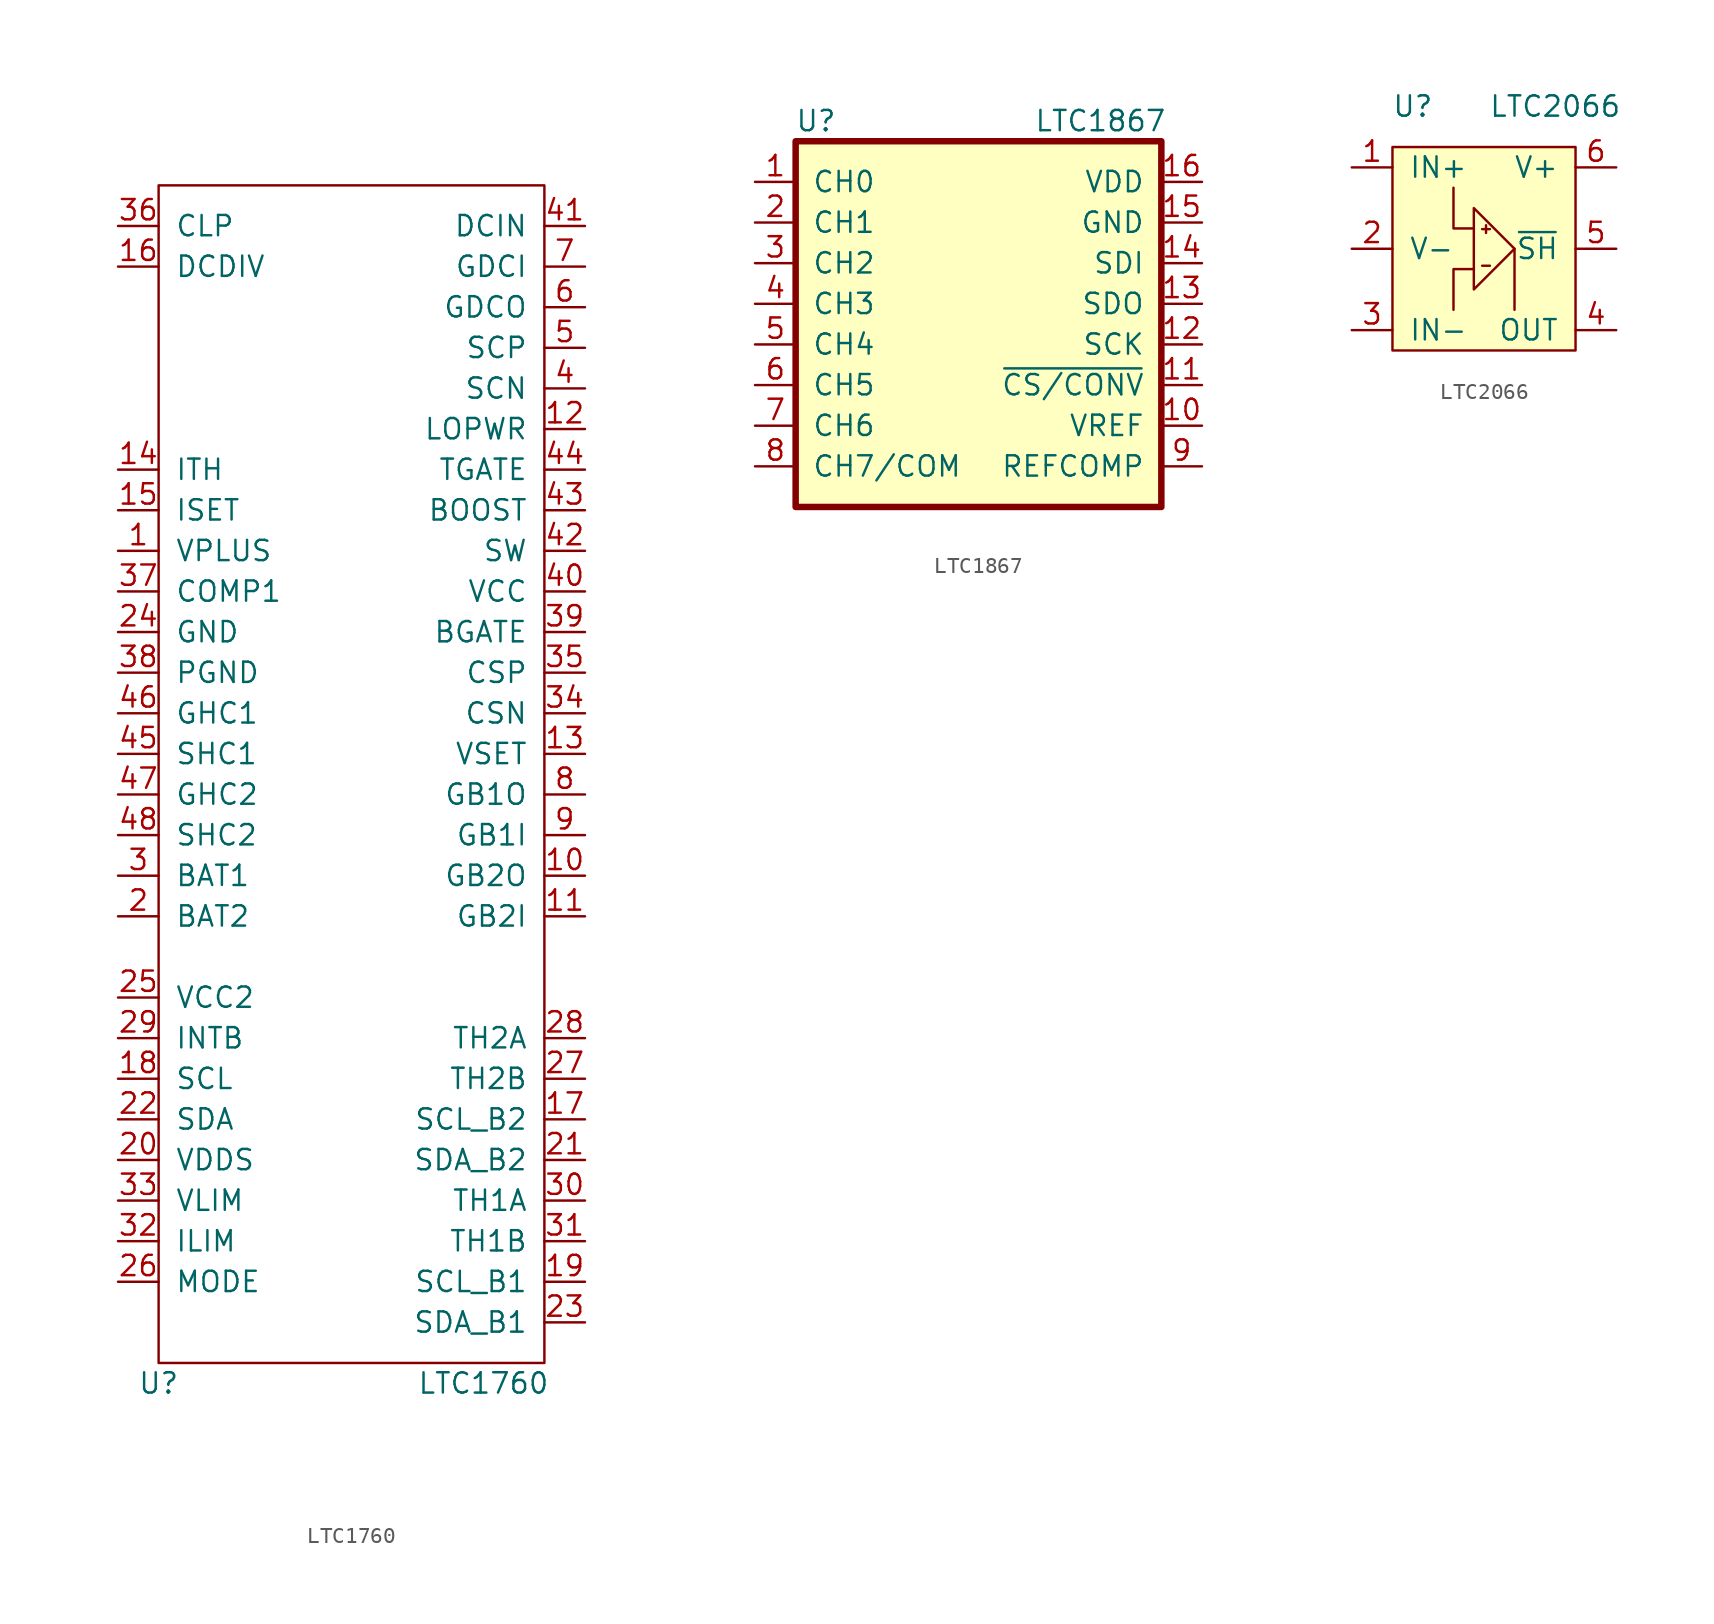
<source format=kicad_sym>
(kicad_symbol_lib
  (version 20211014)
  (generator kicad_symbol_editor)
  (symbol "LTC1760"
    (pin_names
      (offset 1.016))
    (property "Reference" "U"
      (at -12.7 -39.37 0)
      (effects (font (size 1.27 1.27))))
    (property "Value" "LTC1760"
      (at 7.62 -39.37 0)
      (effects (font (size 1.27 1.27))))
    (symbol "LTC1760_0_1"
      (rectangle (start -12.7 35.56) (end 11.43 -38.1) (stroke (width 0) (type default) (color 0 0 0 0)) (fill (type none))))
    (symbol "LTC1760_1_1"
      (pin passive line (at -15.24 12.7 0) (length 2.54) (name "VPLUS" (effects (font (size 1.27 1.27)))) (number "1" (effects (font (size 1.27 1.27)))))
      (pin passive line (at 13.97 -7.62 180) (length 2.54) (name "GB2O" (effects (font (size 1.27 1.27)))) (number "10" (effects (font (size 1.27 1.27)))))
      (pin passive line (at 13.97 -10.16 180) (length 2.54) (name "GB2I" (effects (font (size 1.27 1.27)))) (number "11" (effects (font (size 1.27 1.27)))))
      (pin passive line (at 13.97 20.32 180) (length 2.54) (name "LOPWR" (effects (font (size 1.27 1.27)))) (number "12" (effects (font (size 1.27 1.27)))))
      (pin passive line (at 13.97 0 180) (length 2.54) (name "VSET" (effects (font (size 1.27 1.27)))) (number "13" (effects (font (size 1.27 1.27)))))
      (pin passive line (at -15.24 17.78 0) (length 2.54) (name "ITH" (effects (font (size 1.27 1.27)))) (number "14" (effects (font (size 1.27 1.27)))))
      (pin passive line (at -15.24 15.24 0) (length 2.54) (name "ISET" (effects (font (size 1.27 1.27)))) (number "15" (effects (font (size 1.27 1.27)))))
      (pin passive line (at -15.24 30.48 0) (length 2.54) (name "DCDIV" (effects (font (size 1.27 1.27)))) (number "16" (effects (font (size 1.27 1.27)))))
      (pin passive line (at 13.97 -22.86 180) (length 2.54) (name "SCL_B2" (effects (font (size 1.27 1.27)))) (number "17" (effects (font (size 1.27 1.27)))))
      (pin passive line (at -15.24 -20.32 0) (length 2.54) (name "SCL" (effects (font (size 1.27 1.27)))) (number "18" (effects (font (size 1.27 1.27)))))
      (pin passive line (at 13.97 -33.02 180) (length 2.54) (name "SCL_B1" (effects (font (size 1.27 1.27)))) (number "19" (effects (font (size 1.27 1.27)))))
      (pin passive line (at -15.24 -10.16 0) (length 2.54) (name "BAT2" (effects (font (size 1.27 1.27)))) (number "2" (effects (font (size 1.27 1.27)))))
      (pin passive line (at -15.24 -25.4 0) (length 2.54) (name "VDDS" (effects (font (size 1.27 1.27)))) (number "20" (effects (font (size 1.27 1.27)))))
      (pin passive line (at 13.97 -25.4 180) (length 2.54) (name "SDA_B2" (effects (font (size 1.27 1.27)))) (number "21" (effects (font (size 1.27 1.27)))))
      (pin passive line (at -15.24 -22.86 0) (length 2.54) (name "SDA" (effects (font (size 1.27 1.27)))) (number "22" (effects (font (size 1.27 1.27)))))
      (pin passive line (at 13.97 -35.56 180) (length 2.54) (name "SDA_B1" (effects (font (size 1.27 1.27)))) (number "23" (effects (font (size 1.27 1.27)))))
      (pin passive line (at -15.24 7.62 0) (length 2.54) (name "GND" (effects (font (size 1.27 1.27)))) (number "24" (effects (font (size 1.27 1.27)))))
      (pin passive line (at -15.24 -15.24 0) (length 2.54) (name "VCC2" (effects (font (size 1.27 1.27)))) (number "25" (effects (font (size 1.27 1.27)))))
      (pin passive line (at -15.24 -33.02 0) (length 2.54) (name "MODE" (effects (font (size 1.27 1.27)))) (number "26" (effects (font (size 1.27 1.27)))))
      (pin passive line (at 13.97 -20.32 180) (length 2.54) (name "TH2B" (effects (font (size 1.27 1.27)))) (number "27" (effects (font (size 1.27 1.27)))))
      (pin passive line (at 13.97 -17.78 180) (length 2.54) (name "TH2A" (effects (font (size 1.27 1.27)))) (number "28" (effects (font (size 1.27 1.27)))))
      (pin passive line (at -15.24 -17.78 0) (length 2.54) (name "INTB" (effects (font (size 1.27 1.27)))) (number "29" (effects (font (size 1.27 1.27)))))
      (pin passive line (at -15.24 -7.62 0) (length 2.54) (name "BAT1" (effects (font (size 1.27 1.27)))) (number "3" (effects (font (size 1.27 1.27)))))
      (pin passive line (at 13.97 -27.94 180) (length 2.54) (name "TH1A" (effects (font (size 1.27 1.27)))) (number "30" (effects (font (size 1.27 1.27)))))
      (pin passive line (at 13.97 -30.48 180) (length 2.54) (name "TH1B" (effects (font (size 1.27 1.27)))) (number "31" (effects (font (size 1.27 1.27)))))
      (pin passive line (at -15.24 -30.48 0) (length 2.54) (name "ILIM" (effects (font (size 1.27 1.27)))) (number "32" (effects (font (size 1.27 1.27)))))
      (pin passive line (at -15.24 -27.94 0) (length 2.54) (name "VLIM" (effects (font (size 1.27 1.27)))) (number "33" (effects (font (size 1.27 1.27)))))
      (pin passive line (at 13.97 2.54 180) (length 2.54) (name "CSN" (effects (font (size 1.27 1.27)))) (number "34" (effects (font (size 1.27 1.27)))))
      (pin passive line (at 13.97 5.08 180) (length 2.54) (name "CSP" (effects (font (size 1.27 1.27)))) (number "35" (effects (font (size 1.27 1.27)))))
      (pin passive line (at -15.24 33.02 0) (length 2.54) (name "CLP" (effects (font (size 1.27 1.27)))) (number "36" (effects (font (size 1.27 1.27)))))
      (pin passive line (at -15.24 10.16 0) (length 2.54) (name "COMP1" (effects (font (size 1.27 1.27)))) (number "37" (effects (font (size 1.27 1.27)))))
      (pin passive line (at -15.24 5.08 0) (length 2.54) (name "PGND" (effects (font (size 1.27 1.27)))) (number "38" (effects (font (size 1.27 1.27)))))
      (pin passive line (at 13.97 7.62 180) (length 2.54) (name "BGATE" (effects (font (size 1.27 1.27)))) (number "39" (effects (font (size 1.27 1.27)))))
      (pin passive line (at 13.97 22.86 180) (length 2.54) (name "SCN" (effects (font (size 1.27 1.27)))) (number "4" (effects (font (size 1.27 1.27)))))
      (pin passive line (at 13.97 10.16 180) (length 2.54) (name "VCC" (effects (font (size 1.27 1.27)))) (number "40" (effects (font (size 1.27 1.27)))))
      (pin passive line (at 13.97 33.02 180) (length 2.54) (name "DCIN" (effects (font (size 1.27 1.27)))) (number "41" (effects (font (size 1.27 1.27)))))
      (pin passive line (at 13.97 12.7 180) (length 2.54) (name "SW" (effects (font (size 1.27 1.27)))) (number "42" (effects (font (size 1.27 1.27)))))
      (pin passive line (at 13.97 15.24 180) (length 2.54) (name "BOOST" (effects (font (size 1.27 1.27)))) (number "43" (effects (font (size 1.27 1.27)))))
      (pin passive line (at 13.97 17.78 180) (length 2.54) (name "TGATE" (effects (font (size 1.27 1.27)))) (number "44" (effects (font (size 1.27 1.27)))))
      (pin passive line (at -15.24 0 0) (length 2.54) (name "SHC1" (effects (font (size 1.27 1.27)))) (number "45" (effects (font (size 1.27 1.27)))))
      (pin passive line (at -15.24 2.54 0) (length 2.54) (name "GHC1" (effects (font (size 1.27 1.27)))) (number "46" (effects (font (size 1.27 1.27)))))
      (pin passive line (at -15.24 -2.54 0) (length 2.54) (name "GHC2" (effects (font (size 1.27 1.27)))) (number "47" (effects (font (size 1.27 1.27)))))
      (pin passive line (at -15.24 -5.08 0) (length 2.54) (name "SHC2" (effects (font (size 1.27 1.27)))) (number "48" (effects (font (size 1.27 1.27)))))
      (pin passive line (at 13.97 25.4 180) (length 2.54) (name "SCP" (effects (font (size 1.27 1.27)))) (number "5" (effects (font (size 1.27 1.27)))))
      (pin passive line (at 13.97 27.94 180) (length 2.54) (name "GDCO" (effects (font (size 1.27 1.27)))) (number "6" (effects (font (size 1.27 1.27)))))
      (pin passive line (at 13.97 30.48 180) (length 2.54) (name "GDCI" (effects (font (size 1.27 1.27)))) (number "7" (effects (font (size 1.27 1.27)))))
      (pin passive line (at 13.97 -2.54 180) (length 2.54) (name "GB1O" (effects (font (size 1.27 1.27)))) (number "8" (effects (font (size 1.27 1.27)))))
      (pin passive line (at 13.97 -5.08 180) (length 2.54) (name "GB1I" (effects (font (size 1.27 1.27)))) (number "9" (effects (font (size 1.27 1.27)))))))
  (symbol "LTC1867"
    (pin_names
      (offset 1.016))
    (property "Reference" "U"
      (at -10.16 12.7 0)
      (effects (font (size 1.27 1.27))))
    (property "Value" "LTC1867"
      (at 7.62 12.7 0)
      (effects (font (size 1.27 1.27))))
    (symbol "LTC1867_1_1"
      (rectangle (start -11.43 11.43) (end 11.43 -11.43) (stroke (width 0.406) (type default) (color 0 0 0 0)) (fill (type background)))
      (pin input line (at -13.97 8.89 0) (length 2.54) (name "CH0" (effects (font (size 1.27 1.27)))) (number "1" (effects (font (size 1.27 1.27)))))
      (pin input line (at 13.97 -6.35 180) (length 2.54) (name "VREF" (effects (font (size 1.27 1.27)))) (number "10" (effects (font (size 1.27 1.27)))))
      (pin input line (at 13.97 -3.81 180) (length 2.54) (name "~{CS/CONV}" (effects (font (size 1.27 1.27)))) (number "11" (effects (font (size 1.27 1.27)))))
      (pin input line (at 13.97 -1.27 180) (length 2.54) (name "SCK" (effects (font (size 1.27 1.27)))) (number "12" (effects (font (size 1.27 1.27)))))
      (pin input line (at 13.97 1.27 180) (length 2.54) (name "SDO" (effects (font (size 1.27 1.27)))) (number "13" (effects (font (size 1.27 1.27)))))
      (pin input line (at 13.97 3.81 180) (length 2.54) (name "SDI" (effects (font (size 1.27 1.27)))) (number "14" (effects (font (size 1.27 1.27)))))
      (pin input line (at 13.97 6.35 180) (length 2.54) (name "GND" (effects (font (size 1.27 1.27)))) (number "15" (effects (font (size 1.27 1.27)))))
      (pin input line (at 13.97 8.89 180) (length 2.54) (name "VDD" (effects (font (size 1.27 1.27)))) (number "16" (effects (font (size 1.27 1.27)))))
      (pin input line (at -13.97 6.35 0) (length 2.54) (name "CH1" (effects (font (size 1.27 1.27)))) (number "2" (effects (font (size 1.27 1.27)))))
      (pin input line (at -13.97 3.81 0) (length 2.54) (name "CH2" (effects (font (size 1.27 1.27)))) (number "3" (effects (font (size 1.27 1.27)))))
      (pin input line (at -13.97 1.27 0) (length 2.54) (name "CH3" (effects (font (size 1.27 1.27)))) (number "4" (effects (font (size 1.27 1.27)))))
      (pin input line (at -13.97 -1.27 0) (length 2.54) (name "CH4" (effects (font (size 1.27 1.27)))) (number "5" (effects (font (size 1.27 1.27)))))
      (pin input line (at -13.97 -3.81 0) (length 2.54) (name "CH5" (effects (font (size 1.27 1.27)))) (number "6" (effects (font (size 1.27 1.27)))))
      (pin input line (at -13.97 -6.35 0) (length 2.54) (name "CH6" (effects (font (size 1.27 1.27)))) (number "7" (effects (font (size 1.27 1.27)))))
      (pin input line (at -13.97 -8.89 0) (length 2.54) (name "CH7/COM" (effects (font (size 1.27 1.27)))) (number "8" (effects (font (size 1.27 1.27)))))
      (pin input line (at 13.97 -8.89 180) (length 2.54) (name "REFCOMP" (effects (font (size 1.27 1.27)))) (number "9" (effects (font (size 1.27 1.27)))))))
  (symbol "LTC2066"
    (pin_names
      (offset 1.016))
    (property "Reference" "U"
      (at 6.35 2.54 0)
      (effects (font (size 1.27 1.27))))
    (property "Value" "LTC2066"
      (at 15.24 2.54 0)
      (effects (font (size 1.27 1.27))))
    (symbol "LTC2066_0_0"
      (polyline (pts (xy 12.7 -6.35) (xy 12.7 -10.16)) (stroke (width 0) (type default) (color 0 0 0 0)) (fill (type none)))
      (text "+" (at 10.922 -5.08 0) (effects (font (size 0.635 0.635))))
      (text "-" (at 10.922 -7.366 0) (effects (font (size 0.635 0.635)))))
    (symbol "LTC2066_0_1"
      (polyline (pts (xy 10.16 -7.62) (xy 8.89 -7.62) (xy 8.89 -10.16)) (stroke (width 0) (type default) (color 0 0 0 0)) (fill (type none)))
      (polyline (pts (xy 10.16 -5.08) (xy 8.89 -5.08) (xy 8.89 -2.54)) (stroke (width 0) (type default) (color 0 0 0 0)) (fill (type none)))
      (polyline (pts (xy 10.16 -3.81) (xy 12.7 -6.35) (xy 10.16 -8.89) (xy 10.16 -3.81)) (stroke (width 0) (type default) (color 0 0 0 0)) (fill (type none)))
      (rectangle (start 5.08 0) (end 16.51 -12.7) (stroke (width 0) (type default) (color 0 0 0 0)) (fill (type background))))
    (symbol "LTC2066_1_1"
      (pin input line (at 2.54 -1.27 0) (length 2.54) (name "IN+" (effects (font (size 1.27 1.27)))) (number "1" (effects (font (size 1.27 1.27)))))
      (pin bidirectional line (at 2.54 -6.35 0) (length 2.54) (name "V-" (effects (font (size 1.27 1.27)))) (number "2" (effects (font (size 1.27 1.27)))))
      (pin bidirectional line (at 2.54 -11.43 0) (length 2.54) (name "IN-" (effects (font (size 1.27 1.27)))) (number "3" (effects (font (size 1.27 1.27)))))
      (pin bidirectional line (at 19.05 -11.43 180) (length 2.54) (name "OUT" (effects (font (size 1.27 1.27)))) (number "4" (effects (font (size 1.27 1.27)))))
      (pin bidirectional line (at 19.05 -6.35 180) (length 2.54) (name "~{SH}" (effects (font (size 1.27 1.27)))) (number "5" (effects (font (size 1.27 1.27)))))
      (pin bidirectional line (at 19.05 -1.27 180) (length 2.54) (name "V+" (effects (font (size 1.27 1.27)))) (number "6" (effects (font (size 1.27 1.27))))))))
</source>
